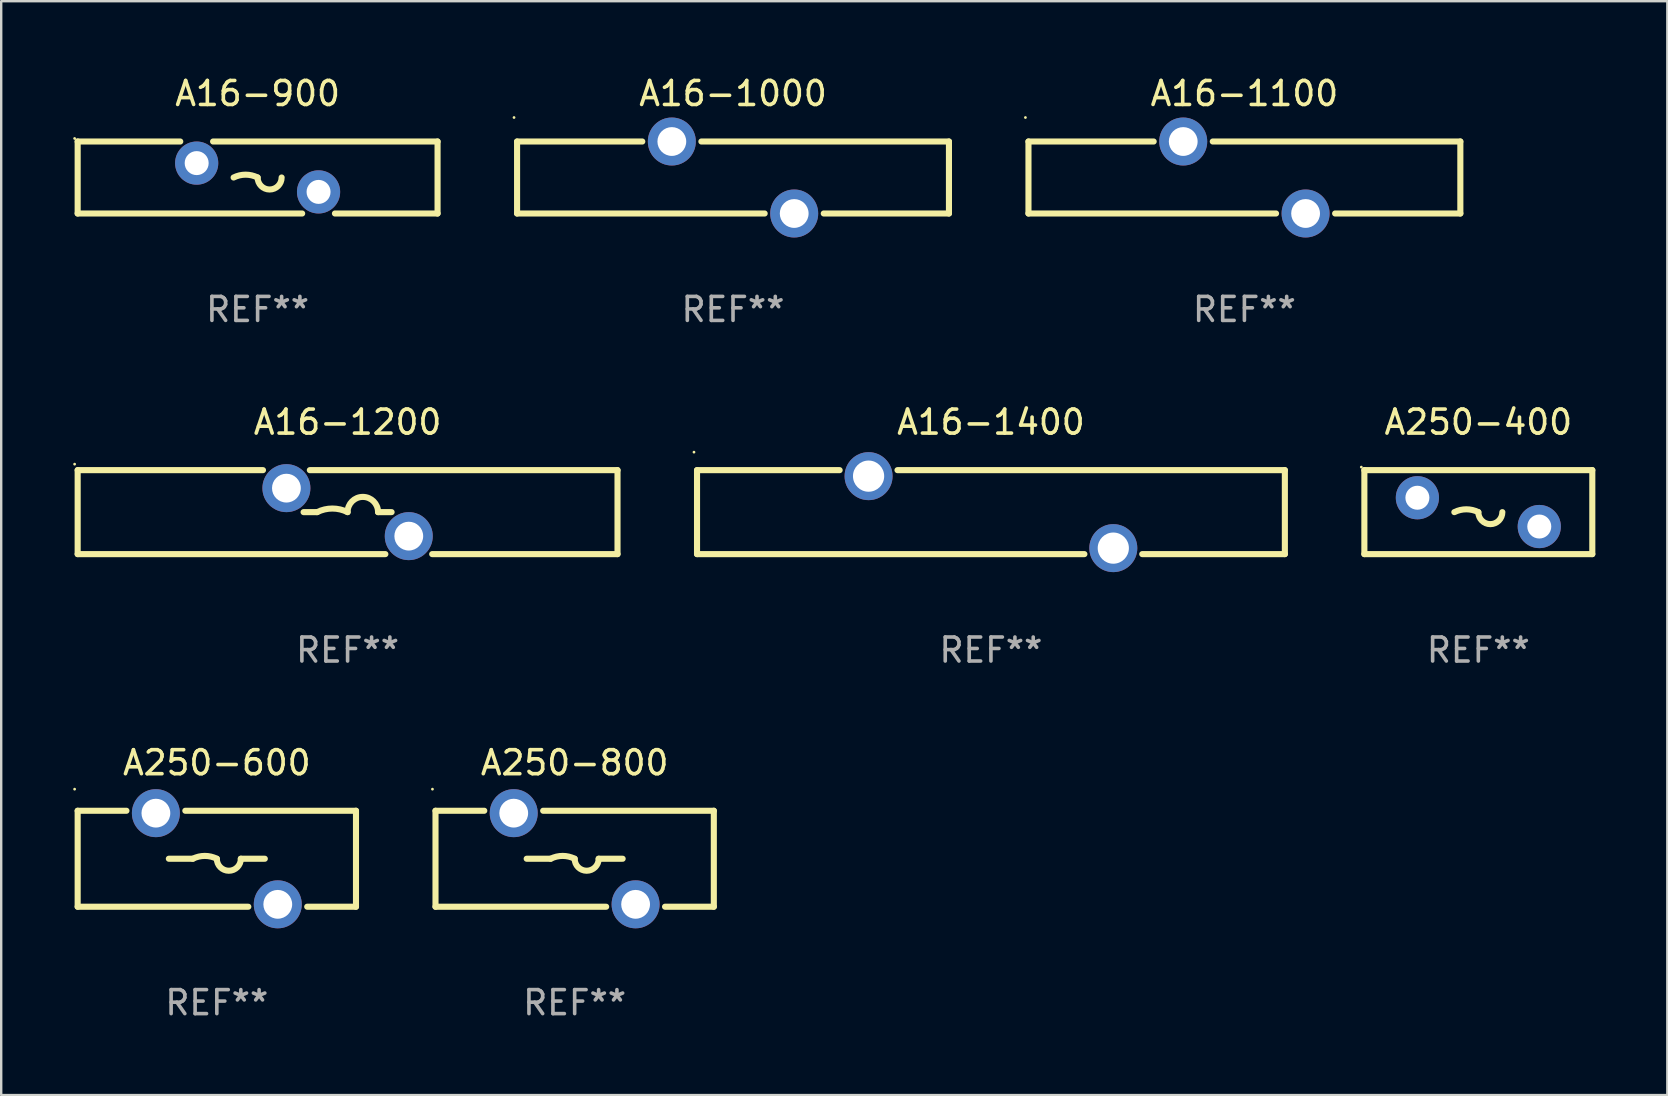
<source format=kicad_pcb>
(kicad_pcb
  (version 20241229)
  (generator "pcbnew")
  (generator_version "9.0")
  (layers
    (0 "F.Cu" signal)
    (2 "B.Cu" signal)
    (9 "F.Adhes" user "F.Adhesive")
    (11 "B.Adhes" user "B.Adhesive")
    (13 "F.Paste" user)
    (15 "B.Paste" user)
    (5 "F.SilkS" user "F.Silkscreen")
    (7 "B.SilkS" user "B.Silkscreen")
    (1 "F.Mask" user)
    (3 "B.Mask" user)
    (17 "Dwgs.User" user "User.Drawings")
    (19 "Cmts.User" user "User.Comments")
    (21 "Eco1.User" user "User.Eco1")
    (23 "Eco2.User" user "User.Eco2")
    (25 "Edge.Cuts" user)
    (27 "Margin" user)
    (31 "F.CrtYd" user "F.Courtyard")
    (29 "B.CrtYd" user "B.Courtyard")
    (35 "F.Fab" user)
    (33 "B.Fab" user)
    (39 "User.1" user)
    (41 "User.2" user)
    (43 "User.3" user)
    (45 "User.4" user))
  (footprint "A16-900"
    (layer "F.Cu")
    (at 7.687 4.348)
    (property "Reference" "A16-900" (at 0 -3.5 0) (layer "F.SilkS") (effects (font (size 1 1) (thickness 0.15))))
    (attr through_hole)
    (fp_line (start -7.5 -1.5) (end -3.224 -1.5) (stroke (width 0.254) (type solid)) (layer "F.SilkS"))
    (fp_line (start -7.5 1.5) (end -7.5 -1.5) (stroke (width 0.254) (type solid)) (layer "F.SilkS"))
    (fp_line (start -1.856 -1.5) (end 7.5 -1.5) (stroke (width 0.254) (type solid)) (layer "F.SilkS"))
    (fp_line (start 1.857 1.5) (end -7.5 1.5) (stroke (width 0.254) (type solid)) (layer "F.SilkS"))
    (fp_line (start 7.5 -1.5) (end 7.5 1.5) (stroke (width 0.254) (type solid)) (layer "F.SilkS"))
    (fp_line (start 7.5 1.5) (end 3.223 1.5) (stroke (width 0.254) (type solid)) (layer "F.SilkS"))
    (fp_arc (start -1 -0.000127) (mid -0.5 -0.118148) (end 0 -0.000127) (stroke (width 0.254001) (type solid)) (layer "F.SilkS"))
    (fp_arc (start 1.000762 -0.000127) (mid 0.500381 0.5) (end 0 -0.000127) (stroke (width 0.254001) (type solid)) (layer "F.SilkS"))
    (fp_circle (center -7.627 -1.627) (end -7.597 -1.627) (stroke (width 0.06) (type solid)) (fill no) (layer "F.SilkS"))
    (fp_text user "REF**" (at 0 5.5 0) (layer "F.Fab") (effects (font (size 1 1) (thickness 0.15))))
    (pad "1" thru_hole circle (at -2.54 -0.6) (size 1.8 1.8) (drill 1) (layers "*.Cu" "*.Mask"))
    (pad "2" thru_hole circle (at 2.54 0.6) (size 1.8 1.8) (drill 1) (layers "*.Cu" "*.Mask")))
  (footprint "A250-600"
    (layer "F.Cu")
    (at 5.987 32.741)
    (property "Reference" "A250-600" (at 0 -4 0) (layer "F.SilkS") (effects (font (size 1 1) (thickness 0.15))))
    (attr through_hole)
    (fp_line (start -5.8 -2) (end -5.8 2) (stroke (width 0.254) (type solid)) (layer "F.SilkS"))
    (fp_line (start -5.8 -2) (end -3.767 -2) (stroke (width 0.254) (type solid)) (layer "F.SilkS"))
    (fp_line (start -5.8 2) (end 1.313 2) (stroke (width 0.254) (type solid)) (layer "F.SilkS"))
    (fp_line (start -1.313 -2) (end 5.8 -2) (stroke (width 0.254) (type solid)) (layer "F.SilkS"))
    (fp_line (start -1 0) (end -2 0) (stroke (width 0.254) (type solid)) (layer "F.SilkS"))
    (fp_line (start 1 0) (end 2 0) (stroke (width 0.254) (type solid)) (layer "F.SilkS"))
    (fp_line (start 3.767 2) (end 5.8 2) (stroke (width 0.254) (type solid)) (layer "F.SilkS"))
    (fp_line (start 5.8 -2) (end 5.8 2) (stroke (width 0.254) (type solid)) (layer "F.SilkS"))
    (fp_arc (start -1 0) (mid -0.5 -0.118021) (end 0 0) (stroke (width 0.254001) (type solid)) (layer "F.SilkS"))
    (fp_arc (start 1.000762 0) (mid 0.500381 0.500127) (end 0 0) (stroke (width 0.254001) (type solid)) (layer "F.SilkS"))
    (fp_circle (center -5.927 -2.9) (end -5.897 -2.9) (stroke (width 0.06) (type solid)) (fill no) (layer "F.SilkS"))
    (fp_text user "REF**" (at 0 6 0) (layer "F.Fab") (effects (font (size 1 1) (thickness 0.15))))
    (pad "1" thru_hole circle (at -2.54 -1.9) (size 2 2) (drill 1.2) (layers "*.Cu" "*.Mask"))
    (pad "2" thru_hole circle (at 2.54 1.9) (size 2 2) (drill 1.2) (layers "*.Cu" "*.Mask")))
  (footprint "A16-1400"
    (layer "F.Cu")
    (at 38.251 18.295)
    (property "Reference" "A16-1400" (at 0 -3.75 0) (layer "F.SilkS") (effects (font (size 1 1) (thickness 0.15))))
    (attr through_hole)
    (fp_line (start -12.25 -1.75) (end -6.306 -1.75) (stroke (width 0.254) (type solid)) (layer "F.SilkS"))
    (fp_line (start -12.25 1.75) (end -12.25 -1.75) (stroke (width 0.254) (type solid)) (layer "F.SilkS"))
    (fp_line (start -12.25 1.75) (end 3.895 1.75) (stroke (width 0.254) (type solid)) (layer "F.SilkS"))
    (fp_line (start -3.895 -1.75) (end 12.25 -1.75) (stroke (width 0.254) (type solid)) (layer "F.SilkS"))
    (fp_line (start 6.306 1.75) (end 12.25 1.75) (stroke (width 0.254) (type solid)) (layer "F.SilkS"))
    (fp_line (start 12.25 -1.75) (end 12.25 1.75) (stroke (width 0.254) (type solid)) (layer "F.SilkS"))
    (fp_circle (center -12.377 -2.5) (end -12.347 -2.5) (stroke (width 0.06) (type solid)) (fill no) (layer "F.SilkS"))
    (fp_text user "REF**" (at 0 5.75 0) (layer "F.Fab") (effects (font (size 1 1) (thickness 0.15))))
    (pad "1" thru_hole circle (at -5.1 -1.5) (size 2 2) (drill 1.3) (layers "*.Cu" "*.Mask"))
    (pad "2" thru_hole circle (at 5.1 1.5) (size 2 2) (drill 1.3) (layers "*.Cu" "*.Mask")))
  (footprint "A250-400"
    (layer "F.Cu")
    (at 58.565 18.295)
    (property "Reference" "A250-400" (at 0 -3.75 0) (layer "F.SilkS") (effects (font (size 1 1) (thickness 0.15))))
    (attr through_hole)
    (fp_line (start -4.75 -1.75) (end -4.75 1.75) (stroke (width 0.254) (type solid)) (layer "F.SilkS"))
    (fp_line (start -4.75 -1.75) (end 4.75 -1.75) (stroke (width 0.254) (type solid)) (layer "F.SilkS"))
    (fp_line (start 4.75 -1.75) (end 4.75 1.75) (stroke (width 0.254) (type solid)) (layer "F.SilkS"))
    (fp_line (start 4.75 1.75) (end -4.75 1.75) (stroke (width 0.254) (type solid)) (layer "F.SilkS"))
    (fp_arc (start -1 -0.000013) (mid -0.5 -0.118034) (end 0 -0.000013) (stroke (width 0.254001) (type solid)) (layer "F.SilkS"))
    (fp_arc (start 1.000762 -0.000013) (mid 0.500381 0.500114) (end 0 -0.000013) (stroke (width 0.254001) (type solid)) (layer "F.SilkS"))
    (fp_circle (center -4.877 -1.877) (end -4.847 -1.877) (stroke (width 0.06) (type solid)) (fill no) (layer "F.SilkS"))
    (fp_text user "REF**" (at 0 5.75 0) (layer "F.Fab") (effects (font (size 1 1) (thickness 0.15))))
    (pad "1" thru_hole circle (at -2.54 -0.6) (size 1.8 1.8) (drill 1) (layers "*.Cu" "*.Mask"))
    (pad "2" thru_hole circle (at 2.54 0.6) (size 1.8 1.8) (drill 1) (layers "*.Cu" "*.Mask")))
  (footprint "A16-1200"
    (layer "F.Cu")
    (at 11.437 18.295)
    (property "Reference" "A16-1200" (at 0 -3.75 0) (layer "F.SilkS") (effects (font (size 1 1) (thickness 0.15))))
    (attr through_hole)
    (fp_line (start -11.25 -1.75) (end -3.526 -1.75) (stroke (width 0.254) (type solid)) (layer "F.SilkS"))
    (fp_line (start -11.25 1.75) (end -11.25 -1.75) (stroke (width 0.254) (type solid)) (layer "F.SilkS"))
    (fp_line (start -11.25 1.75) (end 1.574 1.75) (stroke (width 0.254) (type solid)) (layer "F.SilkS"))
    (fp_line (start -1.834 0) (end -1.27 0) (stroke (width 0.254) (type solid)) (layer "F.SilkS"))
    (fp_line (start -1.574 -1.75) (end 11.25 -1.75) (stroke (width 0.254) (type solid)) (layer "F.SilkS"))
    (fp_line (start 1.834 0) (end 1.27 0) (stroke (width 0.254) (type solid)) (layer "F.SilkS"))
    (fp_line (start 3.526 1.75) (end 11.25 1.75) (stroke (width 0.254) (type solid)) (layer "F.SilkS"))
    (fp_line (start 11.25 -1.75) (end 11.25 1.75) (stroke (width 0.254) (type solid)) (layer "F.SilkS"))
    (fp_arc (start -1.270003 0) (mid -0.635001 -0.149904) (end 0 0) (stroke (width 0.254001) (type solid)) (layer "F.SilkS"))
    (fp_arc (start -0.000001 0) (mid 0.635001 -0.635002) (end 1.270003 0) (stroke (width 0.254001) (type solid)) (layer "F.SilkS"))
    (fp_circle (center -11.377 -2) (end -11.347 -2) (stroke (width 0.06) (type solid)) (fill no) (layer "F.SilkS"))
    (fp_text user "REF**" (at 0 5.75 0) (layer "F.Fab") (effects (font (size 1 1) (thickness 0.15))))
    (pad "1" thru_hole circle (at -2.55 -1) (size 2 2) (drill 1.2) (layers "*.Cu" "*.Mask"))
    (pad "2" thru_hole circle (at 2.55 1) (size 2 2) (drill 1.2) (layers "*.Cu" "*.Mask")))
  (footprint "A16-1000"
    (layer "F.Cu")
    (at 27.501 4.348)
    (property "Reference" "A16-1000" (at 0 -3.5 0) (layer "F.SilkS") (effects (font (size 1 1) (thickness 0.15))))
    (attr through_hole)
    (fp_line (start -9 -1.5) (end -3.781 -1.5) (stroke (width 0.254) (type solid)) (layer "F.SilkS"))
    (fp_line (start -9 1.5) (end -9 -1.5) (stroke (width 0.254) (type solid)) (layer "F.SilkS"))
    (fp_line (start -9 1.5) (end 1.319 1.5) (stroke (width 0.254) (type solid)) (layer "F.SilkS"))
    (fp_line (start -1.319 -1.5) (end 9 -1.5) (stroke (width 0.254) (type solid)) (layer "F.SilkS"))
    (fp_line (start 3.781 1.5) (end 9 1.5) (stroke (width 0.254) (type solid)) (layer "F.SilkS"))
    (fp_line (start 9 -1.5) (end 9 1.5) (stroke (width 0.254) (type solid)) (layer "F.SilkS"))
    (fp_circle (center -9.127 -2.5) (end -9.097 -2.5) (stroke (width 0.06) (type solid)) (fill no) (layer "F.SilkS"))
    (fp_text user "REF**" (at 0 5.5 0) (layer "F.Fab") (effects (font (size 1 1) (thickness 0.15))))
    (pad "1" thru_hole circle (at -2.55 -1.5) (size 2 2) (drill 1.2) (layers "*.Cu" "*.Mask"))
    (pad "2" thru_hole circle (at 2.55 1.5) (size 2 2) (drill 1.2) (layers "*.Cu" "*.Mask")))
  (footprint "A250-800"
    (layer "F.Cu")
    (at 20.901 32.741)
    (property "Reference" "A250-800" (at 0 -4 0) (layer "F.SilkS") (effects (font (size 1 1) (thickness 0.15))))
    (attr through_hole)
    (fp_line (start -5.8 -2) (end -5.8 2) (stroke (width 0.254) (type solid)) (layer "F.SilkS"))
    (fp_line (start -5.8 -2) (end -3.767 -2) (stroke (width 0.254) (type solid)) (layer "F.SilkS"))
    (fp_line (start -5.8 2) (end 1.313 2) (stroke (width 0.254) (type solid)) (layer "F.SilkS"))
    (fp_line (start -1.313 -2) (end 5.8 -2) (stroke (width 0.254) (type solid)) (layer "F.SilkS"))
    (fp_line (start -1 0) (end -2 0) (stroke (width 0.254) (type solid)) (layer "F.SilkS"))
    (fp_line (start 1 0) (end 2 0) (stroke (width 0.254) (type solid)) (layer "F.SilkS"))
    (fp_line (start 3.767 2) (end 5.8 2) (stroke (width 0.254) (type solid)) (layer "F.SilkS"))
    (fp_line (start 5.8 -2) (end 5.8 2) (stroke (width 0.254) (type solid)) (layer "F.SilkS"))
    (fp_arc (start -1 0) (mid -0.5 -0.118021) (end 0 0) (stroke (width 0.254001) (type solid)) (layer "F.SilkS"))
    (fp_arc (start 1.000762 0) (mid 0.500381 0.500127) (end 0 0) (stroke (width 0.254001) (type solid)) (layer "F.SilkS"))
    (fp_circle (center -5.927 -2.9) (end -5.897 -2.9) (stroke (width 0.06) (type solid)) (fill no) (layer "F.SilkS"))
    (fp_text user "REF**" (at 0 6 0) (layer "F.Fab") (effects (font (size 1 1) (thickness 0.15))))
    (pad "1" thru_hole circle (at -2.54 -1.9) (size 2 2) (drill 1.2) (layers "*.Cu" "*.Mask"))
    (pad "2" thru_hole circle (at 2.54 1.9) (size 2 2) (drill 1.2) (layers "*.Cu" "*.Mask")))
  (footprint "A16-1100"
    (layer "F.Cu")
    (at 48.815 4.348)
    (property "Reference" "A16-1100" (at 0 -3.5 0) (layer "F.SilkS") (effects (font (size 1 1) (thickness 0.15))))
    (attr through_hole)
    (fp_line (start -9 -1.5) (end -3.781 -1.5) (stroke (width 0.254) (type solid)) (layer "F.SilkS"))
    (fp_line (start -9 1.5) (end -9 -1.5) (stroke (width 0.254) (type solid)) (layer "F.SilkS"))
    (fp_line (start -9 1.5) (end 1.319 1.5) (stroke (width 0.254) (type solid)) (layer "F.SilkS"))
    (fp_line (start -1.319 -1.5) (end 9 -1.5) (stroke (width 0.254) (type solid)) (layer "F.SilkS"))
    (fp_line (start 3.781 1.5) (end 9 1.5) (stroke (width 0.254) (type solid)) (layer "F.SilkS"))
    (fp_line (start 9 -1.5) (end 9 1.5) (stroke (width 0.254) (type solid)) (layer "F.SilkS"))
    (fp_circle (center -9.127 -2.5) (end -9.097 -2.5) (stroke (width 0.06) (type solid)) (fill no) (layer "F.SilkS"))
    (fp_text user "REF**" (at 0 5.5 0) (layer "F.Fab") (effects (font (size 1 1) (thickness 0.15))))
    (pad "1" thru_hole circle (at -2.55 -1.5) (size 2 2) (drill 1.2) (layers "*.Cu" "*.Mask"))
    (pad "2" thru_hole circle (at 2.55 1.5) (size 2 2) (drill 1.2) (layers "*.Cu" "*.Mask")))
  (gr_rect
    (start -3 -3)
    (end 66.442 42.59)
    (stroke (width 0.1) (type default))
    (fill no)
    (layer "Edge.Cuts")))
</source>
